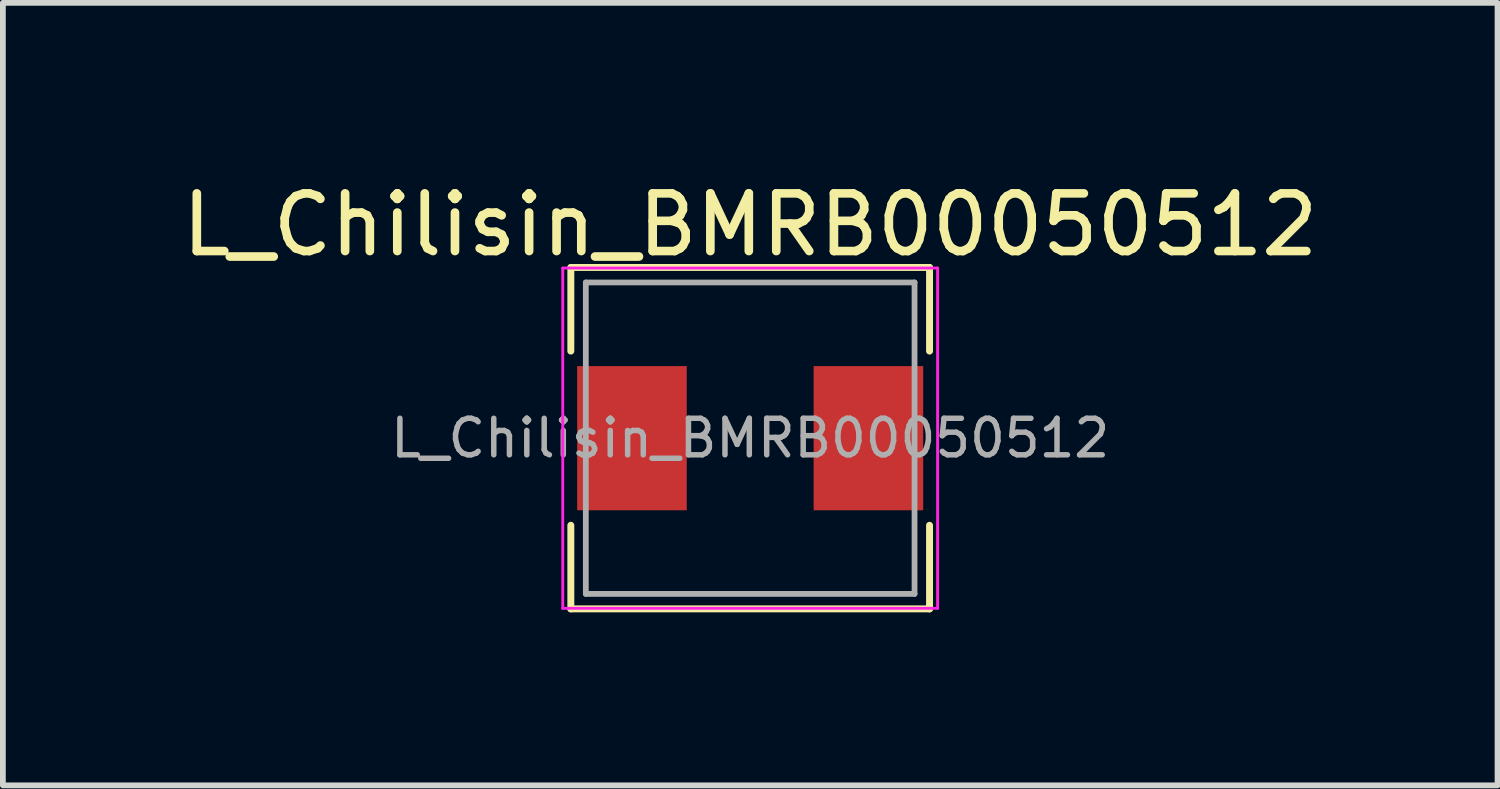
<source format=kicad_pcb>
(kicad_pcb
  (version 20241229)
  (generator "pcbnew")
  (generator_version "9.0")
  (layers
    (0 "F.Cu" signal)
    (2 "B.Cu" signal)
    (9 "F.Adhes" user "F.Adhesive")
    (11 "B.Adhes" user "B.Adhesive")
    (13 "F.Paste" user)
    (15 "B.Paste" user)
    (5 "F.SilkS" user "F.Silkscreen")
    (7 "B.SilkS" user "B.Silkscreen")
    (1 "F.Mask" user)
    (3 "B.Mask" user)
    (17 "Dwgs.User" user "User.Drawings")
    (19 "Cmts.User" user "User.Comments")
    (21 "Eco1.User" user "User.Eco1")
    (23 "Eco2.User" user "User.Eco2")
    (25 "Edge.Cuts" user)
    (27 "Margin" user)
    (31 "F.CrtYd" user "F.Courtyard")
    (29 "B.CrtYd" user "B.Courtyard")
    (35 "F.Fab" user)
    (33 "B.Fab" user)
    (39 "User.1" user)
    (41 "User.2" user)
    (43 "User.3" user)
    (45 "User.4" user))
  (footprint "L_Chilisin_BMRB00050512"
    (layer "F.Cu")
    (at 9.958 4.548)
    (property "Reference" "L_Chilisin_BMRB00050512" (at 0 -3.7 0) (layer "F.SilkS") (effects (font (size 1 1) (thickness 0.15))))
    (attr smd)
    (fp_line (start -3.11 -2.96) (end -3.11 -1.51) (stroke (width 0.12) (type solid)) (layer "F.SilkS"))
    (fp_line (start -3.11 -2.96) (end 3.11 -2.96) (stroke (width 0.12) (type solid)) (layer "F.SilkS"))
    (fp_line (start -3.11 2.96) (end -3.11 1.51) (stroke (width 0.12) (type solid)) (layer "F.SilkS"))
    (fp_line (start -3.11 2.96) (end 3.11 2.96) (stroke (width 0.12) (type solid)) (layer "F.SilkS"))
    (fp_line (start 3.11 -2.96) (end 3.11 -1.51) (stroke (width 0.12) (type solid)) (layer "F.SilkS"))
    (fp_line (start 3.11 2.96) (end 3.11 1.51) (stroke (width 0.12) (type solid)) (layer "F.SilkS"))
    (fp_line (start -3.25 -2.95) (end -3.25 2.95) (stroke (width 0.05) (type solid)) (layer "F.CrtYd"))
    (fp_line (start -3.25 2.95) (end 3.25 2.95) (stroke (width 0.05) (type solid)) (layer "F.CrtYd"))
    (fp_line (start 3.25 -2.95) (end -3.25 -2.95) (stroke (width 0.05) (type solid)) (layer "F.CrtYd"))
    (fp_line (start 3.25 2.95) (end 3.25 -2.95) (stroke (width 0.05) (type solid)) (layer "F.CrtYd"))
    (fp_line (start -2.85 -2.7) (end -2.85 2.7) (stroke (width 0.1) (type solid)) (layer "F.Fab"))
    (fp_line (start -2.85 2.7) (end 2.85 2.7) (stroke (width 0.1) (type solid)) (layer "F.Fab"))
    (fp_line (start 2.85 -2.7) (end -2.85 -2.7) (stroke (width 0.1) (type solid)) (layer "F.Fab"))
    (fp_line (start 2.85 2.7) (end 2.85 -2.7) (stroke (width 0.1) (type solid)) (layer "F.Fab"))
    (fp_text user "${REFERENCE}" (at 0 0 0) (layer "F.Fab") (effects (font (size 0.633 0.633) (thickness 0.095))))
    (pad "1" smd rect (at -2.05 0) (size 1.9 2.5) (layers "F.Cu" "F.Mask" "F.Paste"))
    (pad "2" smd rect (at 2.05 0) (size 1.9 2.5) (layers "F.Cu" "F.Mask" "F.Paste")))
  (gr_rect
    (start -3 -3)
    (end 22.917 10.568)
    (stroke (width 0.1) (type default))
    (fill no)
    (layer "Edge.Cuts")))
</source>
